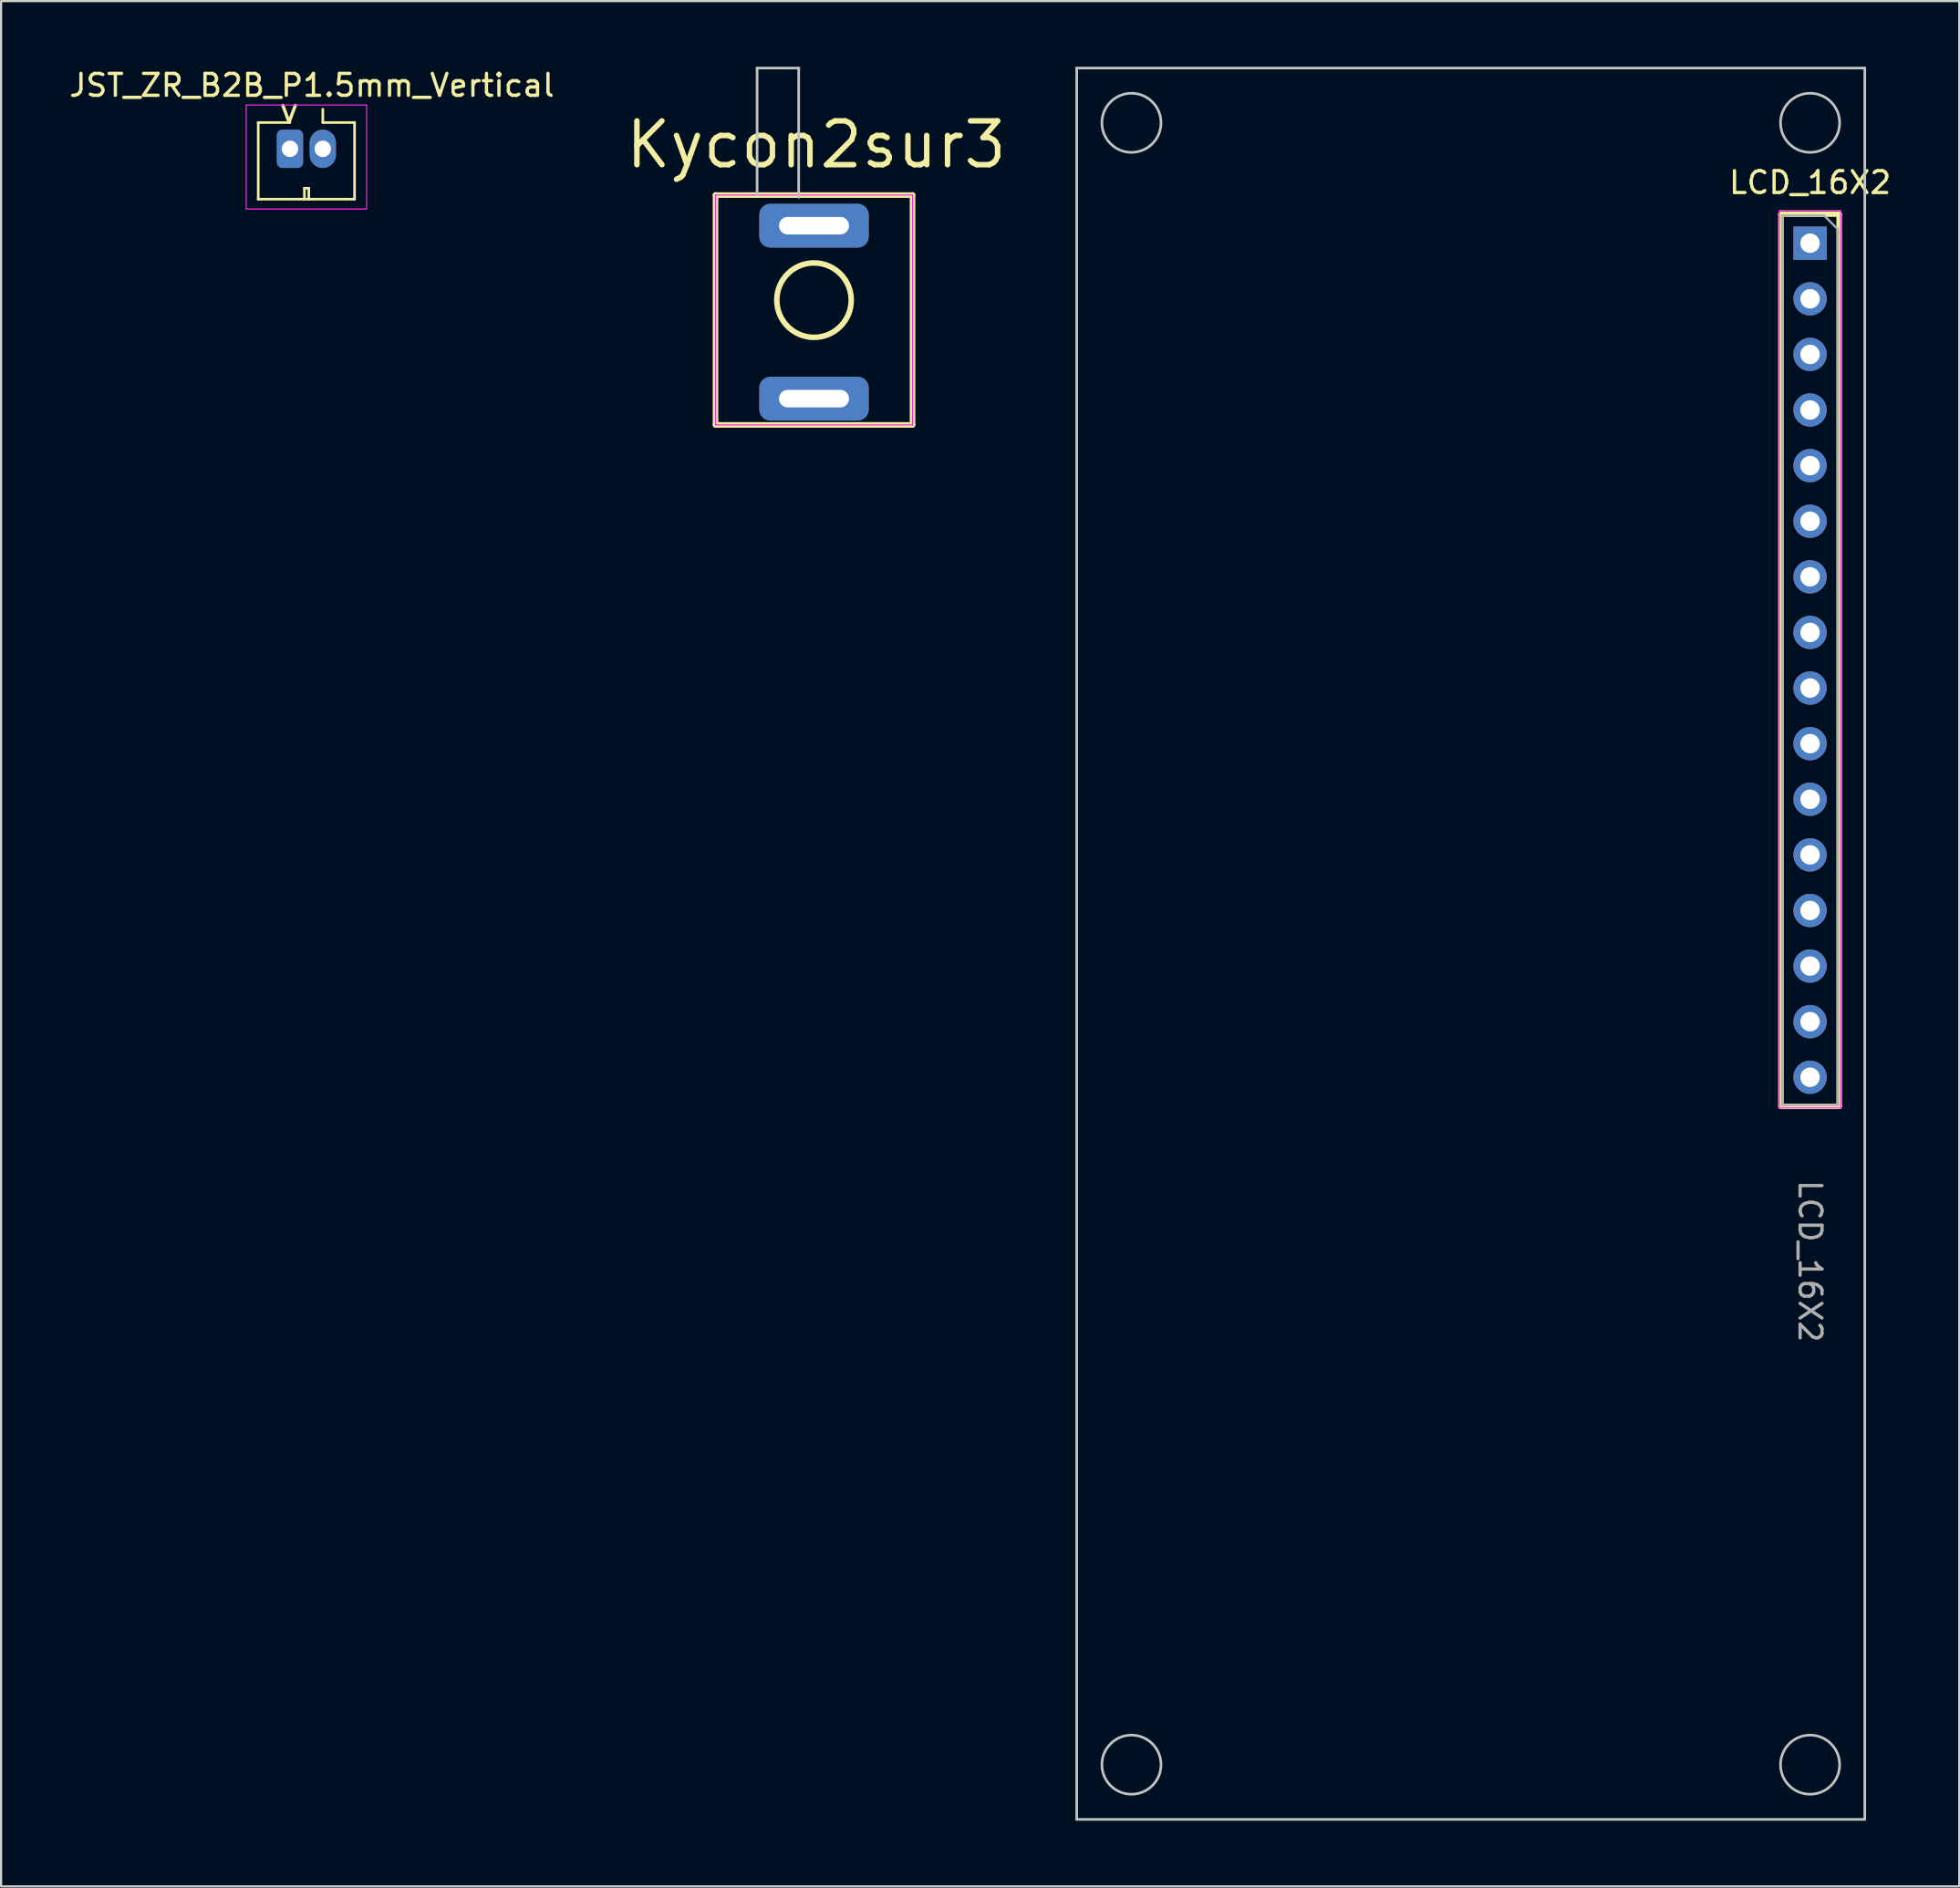
<source format=kicad_pcb>
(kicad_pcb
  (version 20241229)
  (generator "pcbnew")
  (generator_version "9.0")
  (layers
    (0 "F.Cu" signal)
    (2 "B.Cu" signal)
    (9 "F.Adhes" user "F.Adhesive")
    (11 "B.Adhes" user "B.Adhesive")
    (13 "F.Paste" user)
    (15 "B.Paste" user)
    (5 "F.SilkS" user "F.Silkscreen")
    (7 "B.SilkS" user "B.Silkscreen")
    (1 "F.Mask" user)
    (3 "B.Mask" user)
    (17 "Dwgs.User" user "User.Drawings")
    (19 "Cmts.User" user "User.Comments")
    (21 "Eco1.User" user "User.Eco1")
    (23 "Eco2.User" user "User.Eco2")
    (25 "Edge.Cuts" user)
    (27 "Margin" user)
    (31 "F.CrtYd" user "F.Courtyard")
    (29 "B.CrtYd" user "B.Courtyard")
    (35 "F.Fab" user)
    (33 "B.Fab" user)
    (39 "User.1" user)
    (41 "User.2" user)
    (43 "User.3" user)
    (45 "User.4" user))
  (footprint "JST_ZR_B2B_P1.5mm_Vertical"
    (layer "F.Cu")
    (at 10.196 3.748)
    (property "Reference" "JST_ZR_B2B_P1.5mm_Vertical" (at 1 -2.9 0) (layer "F.SilkS") (effects (font (size 1 1) (thickness 0.15))))
    (attr through_hole)
    (fp_line (start -1.45 -1.2) (end -1.45 2.3) (stroke (width 0.12) (type solid)) (layer "F.SilkS"))
    (fp_line (start -1.45 2.3) (end 2.95 2.3) (stroke (width 0.12) (type solid)) (layer "F.SilkS"))
    (fp_line (start 0 -1.2) (end -1.45 -1.2) (stroke (width 0.12) (type solid)) (layer "F.SilkS"))
    (fp_line (start 0.66 1.8) (end 0.86 1.8) (stroke (width 0.12) (type solid)) (layer "F.SilkS"))
    (fp_line (start 0.66 2.3) (end 0.66 1.8) (stroke (width 0.12) (type solid)) (layer "F.SilkS"))
    (fp_line (start 0.86 1.8) (end 0.86 2.3) (stroke (width 0.12) (type solid)) (layer "F.SilkS"))
    (fp_line (start 1.5 -1.2) (end 1.5 -1.81) (stroke (width 0.12) (type solid)) (layer "F.SilkS"))
    (fp_line (start 2.95 -1.2) (end 1.5 -1.2) (stroke (width 0.12) (type solid)) (layer "F.SilkS"))
    (fp_line (start 2.95 2.3) (end 2.95 -1.2) (stroke (width 0.12) (type solid)) (layer "F.SilkS"))
    (fp_line (start -2 -2) (end -2 2.75) (stroke (width 0.05) (type solid)) (layer "F.CrtYd"))
    (fp_line (start -2 2.75) (end 3.5 2.75) (stroke (width 0.05) (type solid)) (layer "F.CrtYd"))
    (fp_line (start 3.5 -2) (end -2 -2) (stroke (width 0.05) (type solid)) (layer "F.CrtYd"))
    (fp_line (start 3.5 2.75) (end 3.5 -2) (stroke (width 0.05) (type solid)) (layer "F.CrtYd"))
    (fp_text user "<" (at -0.114 -1.603 90) (unlocked yes) (layer "F.SilkS") (effects (font (size 1 1) (thickness 0.15))))
    (pad "1" thru_hole roundrect (at 0 0) (size 1.2 1.75) (drill 0.75) (layers "*.Cu" "*.Mask") (roundrect_rratio 0.208))
    (pad "2" thru_hole oval (at 1.5 0) (size 1.2 1.75) (drill 0.75) (layers "*.Cu" "*.Mask")))
  (footprint "LCD_16X2"
    (layer "F.Cu")
    (at 79.636 8.06)
    (property "Reference" "LCD_16X2" (at 0 -2.77 0) (layer "F.SilkS") (effects (font (size 1 1) (thickness 0.15))))
    (attr through_hole)
    (fp_line (start -1.33 -1.33) (end -1.33 39.43) (stroke (width 0.254) (type solid)) (layer "F.SilkS"))
    (fp_line (start -1.33 -1.33) (end 1.33 -1.33) (stroke (width 0.254) (type solid)) (layer "F.SilkS"))
    (fp_line (start -1.33 39.43) (end 1.33 39.43) (stroke (width 0.254) (type solid)) (layer "F.SilkS"))
    (fp_line (start 1.33 -1.33) (end 1.33 39.43) (stroke (width 0.254) (type solid)) (layer "F.SilkS"))
    (fp_line (start -33.5 72) (end -33.5 -8) (stroke (width 0.12) (type solid)) (layer "Dwgs.User"))
    (fp_line (start 2.5 -8) (end -33.5 -8) (stroke (width 0.12) (type solid)) (layer "Dwgs.User"))
    (fp_line (start 2.5 -8) (end 2.5 72) (stroke (width 0.12) (type solid)) (layer "Dwgs.User"))
    (fp_line (start 2.5 72) (end -33.5 72) (stroke (width 0.12) (type solid)) (layer "Dwgs.User"))
    (fp_circle (center -31 -5.5) (end -29.65 -5.5) (stroke (width 0.12) (type solid)) (fill no) (layer "Dwgs.User"))
    (fp_circle (center -31 69.5) (end -29.65 69.5) (stroke (width 0.12) (type solid)) (fill no) (layer "Dwgs.User"))
    (fp_circle (center 0 -5.5) (end 1.35 -5.5) (stroke (width 0.12) (type solid)) (fill no) (layer "Dwgs.User"))
    (fp_circle (center 0 69.5) (end 1.35 69.5) (stroke (width 0.12) (type solid)) (fill no) (layer "Dwgs.User"))
    (fp_line (start -1.4 -1.5) (end 1.4 -1.5) (stroke (width 0.05) (type solid)) (layer "F.CrtYd"))
    (fp_line (start -1.4 39.5) (end -1.4 -1.5) (stroke (width 0.05) (type solid)) (layer "F.CrtYd"))
    (fp_line (start 1.4 -1.5) (end 1.4 39.5) (stroke (width 0.05) (type solid)) (layer "F.CrtYd"))
    (fp_line (start 1.4 39.5) (end -1.4 39.5) (stroke (width 0.05) (type solid)) (layer "F.CrtYd"))
    (fp_line (start -1.27 -1.27) (end 0.635 -1.27) (stroke (width 0.1) (type solid)) (layer "F.Fab"))
    (fp_line (start -1.27 39.37) (end -1.27 -1.27) (stroke (width 0.1) (type solid)) (layer "F.Fab"))
    (fp_line (start 0.635 -1.27) (end 1.27 -0.635) (stroke (width 0.1) (type solid)) (layer "F.Fab"))
    (fp_line (start 1.27 -0.635) (end 1.27 39.37) (stroke (width 0.1) (type solid)) (layer "F.Fab"))
    (fp_line (start 1.27 39.37) (end -1.27 39.37) (stroke (width 0.1) (type solid)) (layer "F.Fab"))
    (fp_text user "${REFERENCE}" (at 0 46.5 270) (unlocked yes) (layer "F.Fab") (effects (font (size 1 1) (thickness 0.15))))
    (pad "1" thru_hole rect (at 0 0) (size 1.524 1.524) (drill 0.889) (layers "*.Cu" "*.Mask"))
    (pad "2" thru_hole circle (at 0 2.54) (size 1.524 1.524) (drill 0.889) (layers "*.Cu" "*.Mask"))
    (pad "3" thru_hole circle (at 0 5.08) (size 1.524 1.524) (drill 0.889) (layers "*.Cu" "*.Mask"))
    (pad "4" thru_hole circle (at 0 7.62) (size 1.524 1.524) (drill 0.889) (layers "*.Cu" "*.Mask"))
    (pad "5" thru_hole circle (at 0 10.16) (size 1.524 1.524) (drill 0.889) (layers "*.Cu" "*.Mask"))
    (pad "6" thru_hole circle (at 0 12.7) (size 1.524 1.524) (drill 0.889) (layers "*.Cu" "*.Mask"))
    (pad "7" thru_hole circle (at 0 15.24) (size 1.524 1.524) (drill 0.889) (layers "*.Cu" "*.Mask"))
    (pad "8" thru_hole circle (at 0 17.78) (size 1.524 1.524) (drill 0.889) (layers "*.Cu" "*.Mask"))
    (pad "9" thru_hole circle (at 0 20.32) (size 1.524 1.524) (drill 0.889) (layers "*.Cu" "*.Mask"))
    (pad "10" thru_hole circle (at 0 22.86) (size 1.524 1.524) (drill 0.889) (layers "*.Cu" "*.Mask"))
    (pad "11" thru_hole circle (at 0 25.4) (size 1.524 1.524) (drill 0.889) (layers "*.Cu" "*.Mask"))
    (pad "12" thru_hole circle (at 0 27.94) (size 1.524 1.524) (drill 0.889) (layers "*.Cu" "*.Mask"))
    (pad "13" thru_hole circle (at 0 30.48) (size 1.524 1.524) (drill 0.889) (layers "*.Cu" "*.Mask"))
    (pad "14" thru_hole circle (at 0 33.02) (size 1.524 1.524) (drill 0.889) (layers "*.Cu" "*.Mask"))
    (pad "15" thru_hole circle (at 0 35.56) (size 1.524 1.524) (drill 0.889) (layers "*.Cu" "*.Mask"))
    (pad "16" thru_hole circle (at 0 38.1) (size 1.524 1.524) (drill 0.889) (layers "*.Cu" "*.Mask")))
  (footprint "Kycon2sur3"
    (layer "F.Cu")
    (at 34.135 10.66)
    (property "Reference" "Kycon2sur3" (at 0.1 -7.1 0) (layer "F.SilkS") (effects (font (size 2 2) (thickness 0.25))))
    (attr through_hole)
    (fp_line (start -4.5 -4.8) (end 4.5 -4.8) (stroke (width 0.254) (type solid)) (layer "F.SilkS"))
    (fp_line (start -4.5 5.7) (end -4.5 -4.8) (stroke (width 0.254) (type solid)) (layer "F.SilkS"))
    (fp_line (start 4.5 -4.8) (end 4.5 5.7) (stroke (width 0.254) (type solid)) (layer "F.SilkS"))
    (fp_line (start 4.5 5.7) (end -4.5 5.7) (stroke (width 0.254) (type solid)) (layer "F.SilkS"))
    (fp_circle (center 0 0) (end 1.7 0) (stroke (width 0.254) (type solid)) (fill no) (layer "F.SilkS"))
    (fp_line (start -2.6 -10.6) (end -0.7 -10.6) (stroke (width 0.12) (type solid)) (layer "Dwgs.User"))
    (fp_line (start -2.6 -4.8) (end -2.6 -10.6) (stroke (width 0.12) (type solid)) (layer "Dwgs.User"))
    (fp_line (start -0.7 -10.6) (end -0.7 -4.7) (stroke (width 0.12) (type solid)) (layer "Dwgs.User"))
    (fp_line (start -4.5 -4.8) (end 4.5 -4.8) (stroke (width 0.05) (type solid)) (layer "F.CrtYd"))
    (fp_line (start -4.5 5.7) (end -4.5 -4.8) (stroke (width 0.05) (type solid)) (layer "F.CrtYd"))
    (fp_line (start 4.5 -4.8) (end 4.5 5.7) (stroke (width 0.05) (type solid)) (layer "F.CrtYd"))
    (fp_line (start 4.5 5.7) (end -4.5 5.7) (stroke (width 0.05) (type solid)) (layer "F.CrtYd"))
    (pad "2" thru_hole roundrect (at 0 -3.4) (size 5 2) (drill oval 3.2 0.8) (layers "*.Cu" "*.Mask") (roundrect_rratio 0.25))
    (pad "3" thru_hole roundrect (at 0 4.5) (size 5 2) (drill oval 3.2 0.8) (layers "*.Cu" "*.Mask") (roundrect_rratio 0.25)))
  (gr_rect
    (start -3 -3)
    (end 86.452 83.12)
    (stroke (width 0.1) (type default))
    (fill no)
    (layer "Edge.Cuts")))
</source>
